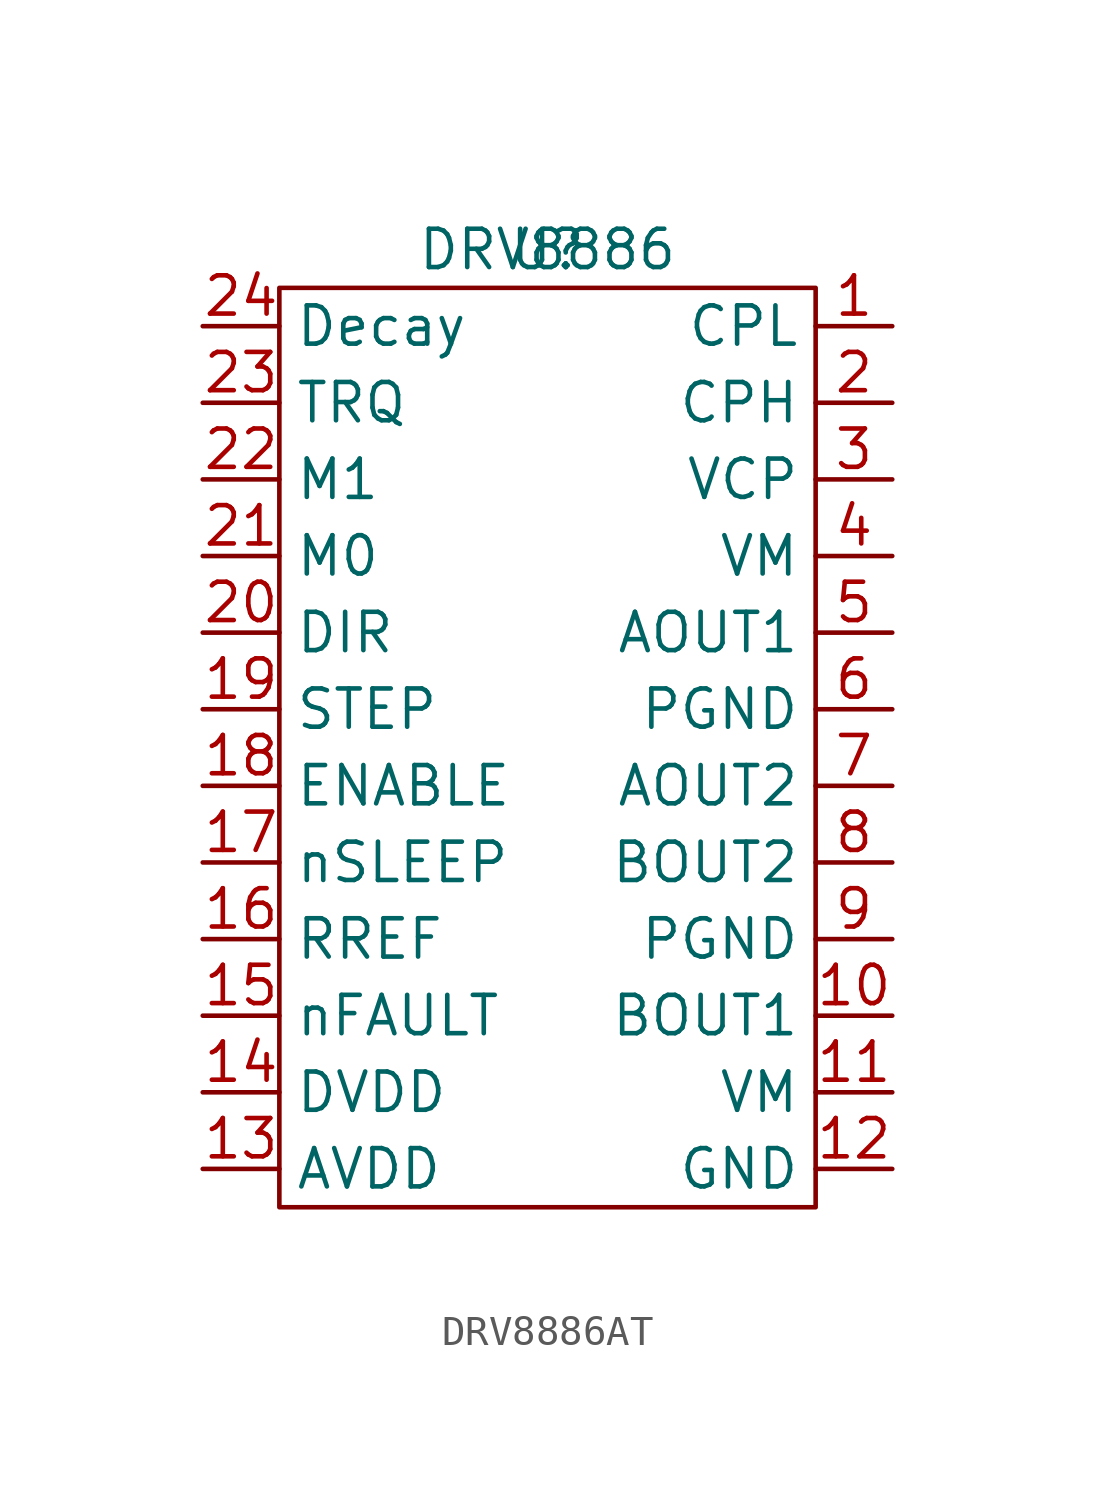
<source format=kicad_sym>
(kicad_symbol_lib
  (version 20220914)
  (generator kicad_symbol_editor)
  (symbol "DRV8886AT"
    (property "Reference" "U"
      (at 0 0 0)
      (effects (font (size 1.27 1.27))))
    (property "Value" "DRV8886"
      (at 0 0 0)
      (effects (font (size 1.27 1.27))))
    (symbol "DRV8886AT_0_1"
      (rectangle (start -8.89 -1.27) (end 8.89 -31.75) (stroke (width 0) (type default)) (fill (type none))))
    (symbol "DRV8886AT_1_1"
      (pin passive line (at 11.43 -2.54 180) (length 2.54) (name "CPL" (effects (font (size 1.27 1.27)))) (number "1" (effects (font (size 1.27 1.27)))))
      (pin output line (at 11.43 -25.4 180) (length 2.54) (name "BOUT1" (effects (font (size 1.27 1.27)))) (number "10" (effects (font (size 1.27 1.27)))))
      (pin power_in line (at 11.43 -27.94 180) (length 2.54) (name "VM" (effects (font (size 1.27 1.27)))) (number "11" (effects (font (size 1.27 1.27)))))
      (pin passive line (at 11.43 -30.48 180) (length 2.54) (name "GND" (effects (font (size 1.27 1.27)))) (number "12" (effects (font (size 1.27 1.27)))))
      (pin output line (at -11.43 -30.48 0) (length 2.54) (name "AVDD" (effects (font (size 1.27 1.27)))) (number "13" (effects (font (size 1.27 1.27)))))
      (pin output line (at -11.43 -27.94 0) (length 2.54) (name "DVDD" (effects (font (size 1.27 1.27)))) (number "14" (effects (font (size 1.27 1.27)))))
      (pin output line (at -11.43 -25.4 0) (length 2.54) (name "nFAULT" (effects (font (size 1.27 1.27)))) (number "15" (effects (font (size 1.27 1.27)))))
      (pin output line (at -11.43 -22.86 0) (length 2.54) (name "RREF" (effects (font (size 1.27 1.27)))) (number "16" (effects (font (size 1.27 1.27)))))
      (pin input line (at -11.43 -20.32 0) (length 2.54) (name "nSLEEP" (effects (font (size 1.27 1.27)))) (number "17" (effects (font (size 1.27 1.27)))))
      (pin input line (at -11.43 -17.78 0) (length 2.54) (name "ENABLE" (effects (font (size 1.27 1.27)))) (number "18" (effects (font (size 1.27 1.27)))))
      (pin input line (at -11.43 -15.24 0) (length 2.54) (name "STEP" (effects (font (size 1.27 1.27)))) (number "19" (effects (font (size 1.27 1.27)))))
      (pin passive line (at 11.43 -5.08 180) (length 2.54) (name "CPH" (effects (font (size 1.27 1.27)))) (number "2" (effects (font (size 1.27 1.27)))))
      (pin input line (at -11.43 -12.7 0) (length 2.54) (name "DIR" (effects (font (size 1.27 1.27)))) (number "20" (effects (font (size 1.27 1.27)))))
      (pin input line (at -11.43 -10.16 0) (length 2.54) (name "M0" (effects (font (size 1.27 1.27)))) (number "21" (effects (font (size 1.27 1.27)))))
      (pin input line (at -11.43 -7.62 0) (length 2.54) (name "M1" (effects (font (size 1.27 1.27)))) (number "22" (effects (font (size 1.27 1.27)))))
      (pin input line (at -11.43 -5.08 0) (length 2.54) (name "TRQ" (effects (font (size 1.27 1.27)))) (number "23" (effects (font (size 1.27 1.27)))))
      (pin input line (at -11.43 -2.54 0) (length 2.54) (name "Decay" (effects (font (size 1.27 1.27)))) (number "24" (effects (font (size 1.27 1.27)))))
      (pin passive line (at 11.43 -7.62 180) (length 2.54) (name "VCP" (effects (font (size 1.27 1.27)))) (number "3" (effects (font (size 1.27 1.27)))))
      (pin power_in line (at 11.43 -10.16 180) (length 2.54) (name "VM" (effects (font (size 1.27 1.27)))) (number "4" (effects (font (size 1.27 1.27)))))
      (pin output line (at 11.43 -12.7 180) (length 2.54) (name "AOUT1" (effects (font (size 1.27 1.27)))) (number "5" (effects (font (size 1.27 1.27)))))
      (pin passive line (at 11.43 -15.24 180) (length 2.54) (name "PGND" (effects (font (size 1.27 1.27)))) (number "6" (effects (font (size 1.27 1.27)))))
      (pin output line (at 11.43 -17.78 180) (length 2.54) (name "AOUT2" (effects (font (size 1.27 1.27)))) (number "7" (effects (font (size 1.27 1.27)))))
      (pin output line (at 11.43 -20.32 180) (length 2.54) (name "BOUT2" (effects (font (size 1.27 1.27)))) (number "8" (effects (font (size 1.27 1.27)))))
      (pin passive line (at 11.43 -22.86 180) (length 2.54) (name "PGND" (effects (font (size 1.27 1.27)))) (number "9" (effects (font (size 1.27 1.27))))))))
</source>
